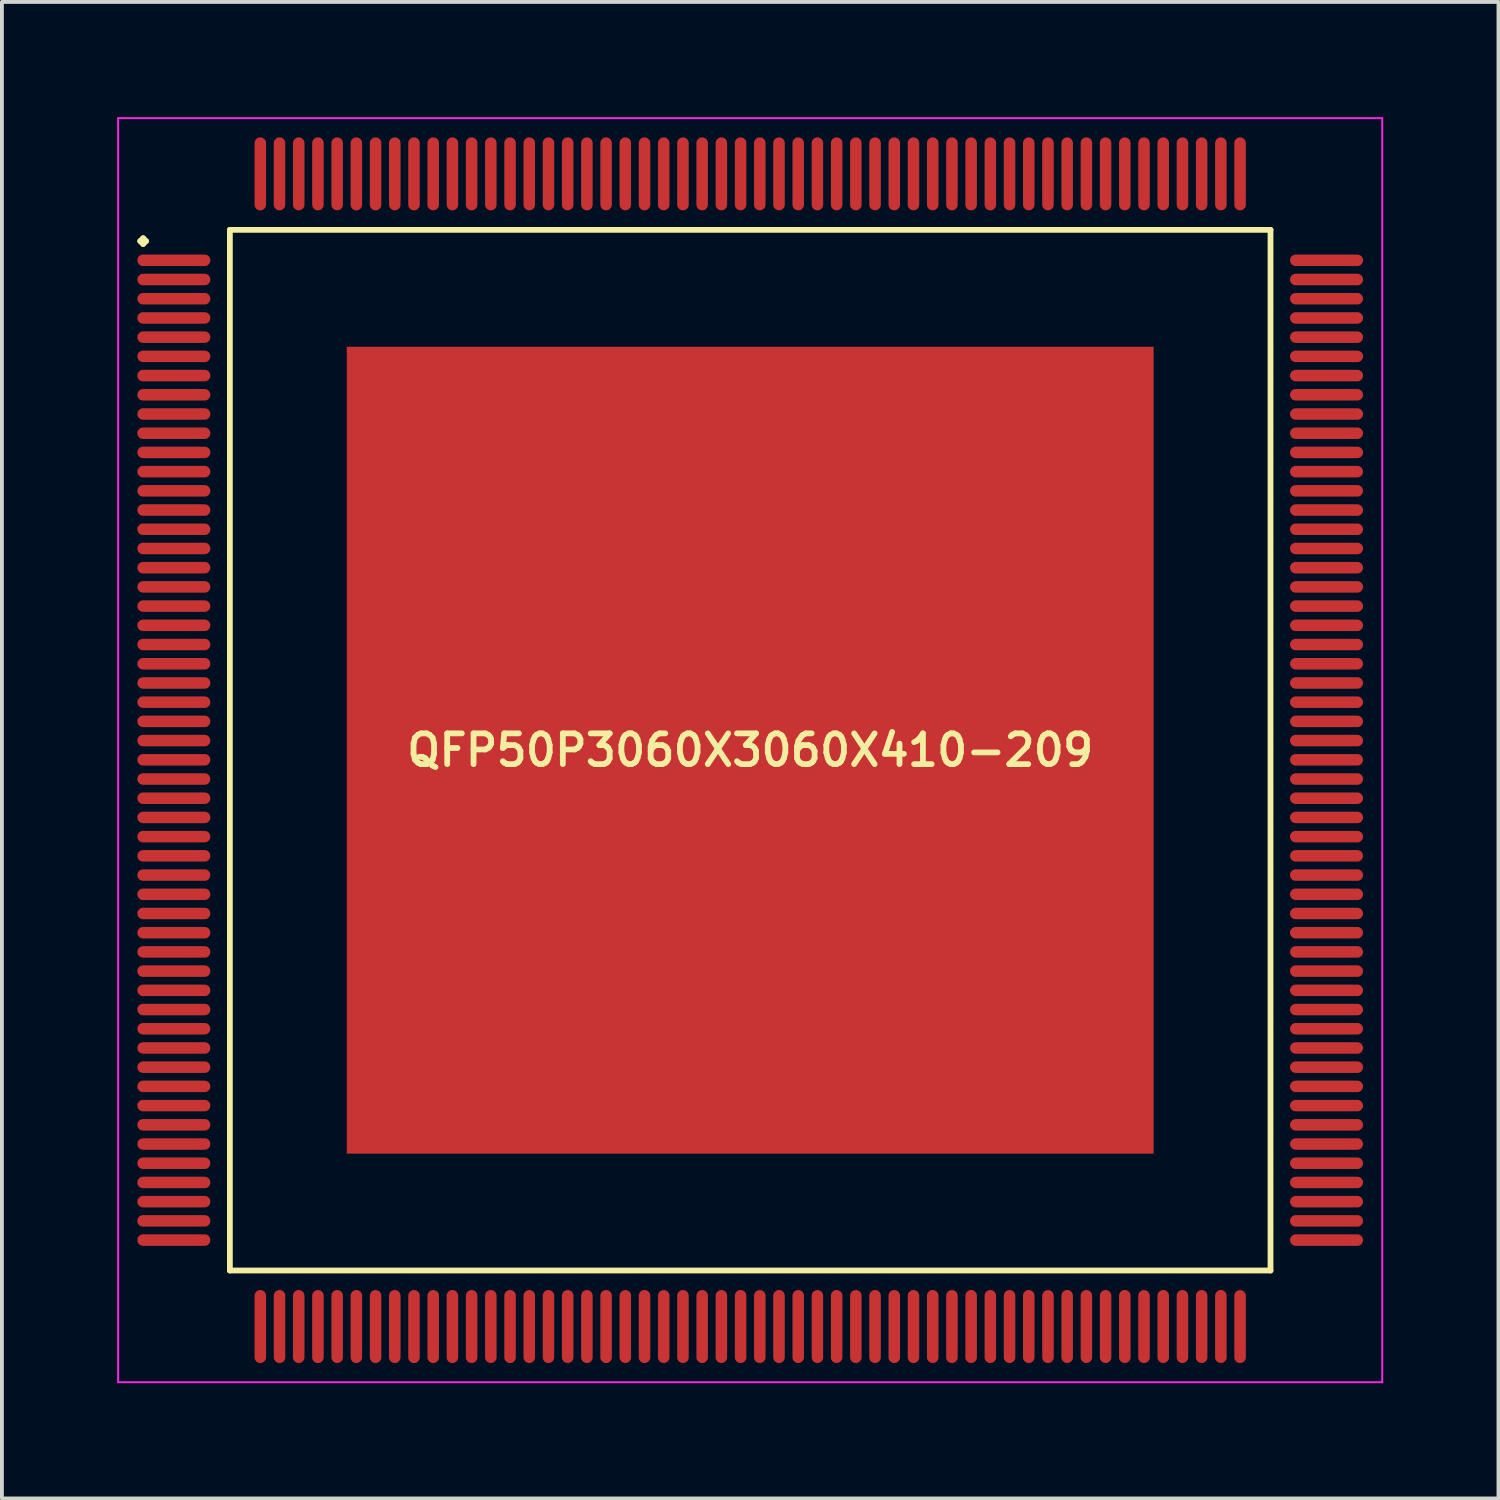
<source format=kicad_pcb>
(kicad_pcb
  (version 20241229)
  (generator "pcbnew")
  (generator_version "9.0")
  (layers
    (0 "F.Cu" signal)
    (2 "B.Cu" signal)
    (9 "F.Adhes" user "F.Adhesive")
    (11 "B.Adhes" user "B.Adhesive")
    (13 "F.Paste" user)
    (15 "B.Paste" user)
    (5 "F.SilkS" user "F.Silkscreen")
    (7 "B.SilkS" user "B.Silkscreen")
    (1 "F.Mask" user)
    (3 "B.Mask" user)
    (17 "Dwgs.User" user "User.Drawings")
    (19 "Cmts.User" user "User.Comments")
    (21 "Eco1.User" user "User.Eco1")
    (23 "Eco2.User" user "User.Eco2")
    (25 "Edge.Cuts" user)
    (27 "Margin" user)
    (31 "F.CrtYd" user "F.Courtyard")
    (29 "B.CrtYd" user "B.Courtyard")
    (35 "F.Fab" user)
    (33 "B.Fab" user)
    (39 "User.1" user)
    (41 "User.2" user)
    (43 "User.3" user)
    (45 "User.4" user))
  (footprint "QFP50P3060X3060X410-209"
    (layer "F.Cu")
    (at 16.475 16.475)
    (property "Reference" "QFP50P3060X3060X410-209" (at 0 0 0) (layer "F.SilkS") (effects (font (size 0.8 0.8) (thickness 0.15))))
    (attr smd)
    (fp_line (start -15.875 -13.25) (end -15.8 -13.325) (stroke (width 0.15) (type solid)) (layer "F.SilkS"))
    (fp_line (start -15.8 -13.325) (end -15.725 -13.25) (stroke (width 0.15) (type solid)) (layer "F.SilkS"))
    (fp_line (start -15.8 -13.175) (end -15.875 -13.25) (stroke (width 0.15) (type solid)) (layer "F.SilkS"))
    (fp_line (start -15.725 -13.25) (end -15.8 -13.175) (stroke (width 0.15) (type solid)) (layer "F.SilkS"))
    (fp_line (start -13.542 -13.542) (end -13.542 13.542) (stroke (width 0.15) (type solid)) (layer "F.SilkS"))
    (fp_line (start -13.542 13.542) (end 13.542 13.542) (stroke (width 0.15) (type solid)) (layer "F.SilkS"))
    (fp_line (start 13.542 -13.542) (end -13.542 -13.542) (stroke (width 0.15) (type solid)) (layer "F.SilkS"))
    (fp_line (start 13.542 13.542) (end 13.542 -13.542) (stroke (width 0.15) (type solid)) (layer "F.SilkS"))
    (fp_line (start -16.45 -16.45) (end 16.45 -16.45) (stroke (width 0.05) (type solid)) (layer "F.CrtYd"))
    (fp_line (start -16.45 16.45) (end -16.45 -16.45) (stroke (width 0.05) (type solid)) (layer "F.CrtYd"))
    (fp_line (start 16.45 -16.45) (end 16.45 16.45) (stroke (width 0.05) (type solid)) (layer "F.CrtYd"))
    (fp_line (start 16.45 16.45) (end -16.45 16.45) (stroke (width 0.05) (type solid)) (layer "F.CrtYd"))
    (pad "1" smd oval (at -15 -12.75) (size 1.9 0.3) (layers "F.Cu" "F.Mask" "F.Paste"))
    (pad "2" smd oval (at -15 -12.25) (size 1.9 0.3) (layers "F.Cu" "F.Mask" "F.Paste"))
    (pad "3" smd oval (at -15 -11.75) (size 1.9 0.3) (layers "F.Cu" "F.Mask" "F.Paste"))
    (pad "4" smd oval (at -15 -11.25) (size 1.9 0.3) (layers "F.Cu" "F.Mask" "F.Paste"))
    (pad "5" smd oval (at -15 -10.75) (size 1.9 0.3) (layers "F.Cu" "F.Mask" "F.Paste"))
    (pad "6" smd oval (at -15 -10.25) (size 1.9 0.3) (layers "F.Cu" "F.Mask" "F.Paste"))
    (pad "7" smd oval (at -15 -9.75) (size 1.9 0.3) (layers "F.Cu" "F.Mask" "F.Paste"))
    (pad "8" smd oval (at -15 -9.25) (size 1.9 0.3) (layers "F.Cu" "F.Mask" "F.Paste"))
    (pad "9" smd oval (at -15 -8.75) (size 1.9 0.3) (layers "F.Cu" "F.Mask" "F.Paste"))
    (pad "10" smd oval (at -15 -8.25) (size 1.9 0.3) (layers "F.Cu" "F.Mask" "F.Paste"))
    (pad "11" smd oval (at -15 -7.75) (size 1.9 0.3) (layers "F.Cu" "F.Mask" "F.Paste"))
    (pad "12" smd oval (at -15 -7.25) (size 1.9 0.3) (layers "F.Cu" "F.Mask" "F.Paste"))
    (pad "13" smd oval (at -15 -6.75) (size 1.9 0.3) (layers "F.Cu" "F.Mask" "F.Paste"))
    (pad "14" smd oval (at -15 -6.25) (size 1.9 0.3) (layers "F.Cu" "F.Mask" "F.Paste"))
    (pad "15" smd oval (at -15 -5.75) (size 1.9 0.3) (layers "F.Cu" "F.Mask" "F.Paste"))
    (pad "16" smd oval (at -15 -5.25) (size 1.9 0.3) (layers "F.Cu" "F.Mask" "F.Paste"))
    (pad "17" smd oval (at -15 -4.75) (size 1.9 0.3) (layers "F.Cu" "F.Mask" "F.Paste"))
    (pad "18" smd oval (at -15 -4.25) (size 1.9 0.3) (layers "F.Cu" "F.Mask" "F.Paste"))
    (pad "19" smd oval (at -15 -3.75) (size 1.9 0.3) (layers "F.Cu" "F.Mask" "F.Paste"))
    (pad "20" smd oval (at -15 -3.25) (size 1.9 0.3) (layers "F.Cu" "F.Mask" "F.Paste"))
    (pad "21" smd oval (at -15 -2.75) (size 1.9 0.3) (layers "F.Cu" "F.Mask" "F.Paste"))
    (pad "22" smd oval (at -15 -2.25) (size 1.9 0.3) (layers "F.Cu" "F.Mask" "F.Paste"))
    (pad "23" smd oval (at -15 -1.75) (size 1.9 0.3) (layers "F.Cu" "F.Mask" "F.Paste"))
    (pad "24" smd oval (at -15 -1.25) (size 1.9 0.3) (layers "F.Cu" "F.Mask" "F.Paste"))
    (pad "25" smd oval (at -15 -0.75) (size 1.9 0.3) (layers "F.Cu" "F.Mask" "F.Paste"))
    (pad "26" smd oval (at -15 -0.25) (size 1.9 0.3) (layers "F.Cu" "F.Mask" "F.Paste"))
    (pad "27" smd oval (at -15 0.25) (size 1.9 0.3) (layers "F.Cu" "F.Mask" "F.Paste"))
    (pad "28" smd oval (at -15 0.75) (size 1.9 0.3) (layers "F.Cu" "F.Mask" "F.Paste"))
    (pad "29" smd oval (at -15 1.25) (size 1.9 0.3) (layers "F.Cu" "F.Mask" "F.Paste"))
    (pad "30" smd oval (at -15 1.75) (size 1.9 0.3) (layers "F.Cu" "F.Mask" "F.Paste"))
    (pad "31" smd oval (at -15 2.25) (size 1.9 0.3) (layers "F.Cu" "F.Mask" "F.Paste"))
    (pad "32" smd oval (at -15 2.75) (size 1.9 0.3) (layers "F.Cu" "F.Mask" "F.Paste"))
    (pad "33" smd oval (at -15 3.25) (size 1.9 0.3) (layers "F.Cu" "F.Mask" "F.Paste"))
    (pad "34" smd oval (at -15 3.75) (size 1.9 0.3) (layers "F.Cu" "F.Mask" "F.Paste"))
    (pad "35" smd oval (at -15 4.25) (size 1.9 0.3) (layers "F.Cu" "F.Mask" "F.Paste"))
    (pad "36" smd oval (at -15 4.75) (size 1.9 0.3) (layers "F.Cu" "F.Mask" "F.Paste"))
    (pad "37" smd oval (at -15 5.25) (size 1.9 0.3) (layers "F.Cu" "F.Mask" "F.Paste"))
    (pad "38" smd oval (at -15 5.75) (size 1.9 0.3) (layers "F.Cu" "F.Mask" "F.Paste"))
    (pad "39" smd oval (at -15 6.25) (size 1.9 0.3) (layers "F.Cu" "F.Mask" "F.Paste"))
    (pad "40" smd oval (at -15 6.75) (size 1.9 0.3) (layers "F.Cu" "F.Mask" "F.Paste"))
    (pad "41" smd oval (at -15 7.25) (size 1.9 0.3) (layers "F.Cu" "F.Mask" "F.Paste"))
    (pad "42" smd oval (at -15 7.75) (size 1.9 0.3) (layers "F.Cu" "F.Mask" "F.Paste"))
    (pad "43" smd oval (at -15 8.25) (size 1.9 0.3) (layers "F.Cu" "F.Mask" "F.Paste"))
    (pad "44" smd oval (at -15 8.75) (size 1.9 0.3) (layers "F.Cu" "F.Mask" "F.Paste"))
    (pad "45" smd oval (at -15 9.25) (size 1.9 0.3) (layers "F.Cu" "F.Mask" "F.Paste"))
    (pad "46" smd oval (at -15 9.75) (size 1.9 0.3) (layers "F.Cu" "F.Mask" "F.Paste"))
    (pad "47" smd oval (at -15 10.25) (size 1.9 0.3) (layers "F.Cu" "F.Mask" "F.Paste"))
    (pad "48" smd oval (at -15 10.75) (size 1.9 0.3) (layers "F.Cu" "F.Mask" "F.Paste"))
    (pad "49" smd oval (at -15 11.25) (size 1.9 0.3) (layers "F.Cu" "F.Mask" "F.Paste"))
    (pad "50" smd oval (at -15 11.75) (size 1.9 0.3) (layers "F.Cu" "F.Mask" "F.Paste"))
    (pad "51" smd oval (at -15 12.25) (size 1.9 0.3) (layers "F.Cu" "F.Mask" "F.Paste"))
    (pad "52" smd oval (at -15 12.75) (size 1.9 0.3) (layers "F.Cu" "F.Mask" "F.Paste"))
    (pad "53" smd oval (at -12.75 15) (size 0.3 1.9) (layers "F.Cu" "F.Mask" "F.Paste"))
    (pad "54" smd oval (at -12.25 15) (size 0.3 1.9) (layers "F.Cu" "F.Mask" "F.Paste"))
    (pad "55" smd oval (at -11.75 15) (size 0.3 1.9) (layers "F.Cu" "F.Mask" "F.Paste"))
    (pad "56" smd oval (at -11.25 15) (size 0.3 1.9) (layers "F.Cu" "F.Mask" "F.Paste"))
    (pad "57" smd oval (at -10.75 15) (size 0.3 1.9) (layers "F.Cu" "F.Mask" "F.Paste"))
    (pad "58" smd oval (at -10.25 15) (size 0.3 1.9) (layers "F.Cu" "F.Mask" "F.Paste"))
    (pad "59" smd oval (at -9.75 15) (size 0.3 1.9) (layers "F.Cu" "F.Mask" "F.Paste"))
    (pad "60" smd oval (at -9.25 15) (size 0.3 1.9) (layers "F.Cu" "F.Mask" "F.Paste"))
    (pad "61" smd oval (at -8.75 15) (size 0.3 1.9) (layers "F.Cu" "F.Mask" "F.Paste"))
    (pad "62" smd oval (at -8.25 15) (size 0.3 1.9) (layers "F.Cu" "F.Mask" "F.Paste"))
    (pad "63" smd oval (at -7.75 15) (size 0.3 1.9) (layers "F.Cu" "F.Mask" "F.Paste"))
    (pad "64" smd oval (at -7.25 15) (size 0.3 1.9) (layers "F.Cu" "F.Mask" "F.Paste"))
    (pad "65" smd oval (at -6.75 15) (size 0.3 1.9) (layers "F.Cu" "F.Mask" "F.Paste"))
    (pad "66" smd oval (at -6.25 15) (size 0.3 1.9) (layers "F.Cu" "F.Mask" "F.Paste"))
    (pad "67" smd oval (at -5.75 15) (size 0.3 1.9) (layers "F.Cu" "F.Mask" "F.Paste"))
    (pad "68" smd oval (at -5.25 15) (size 0.3 1.9) (layers "F.Cu" "F.Mask" "F.Paste"))
    (pad "69" smd oval (at -4.75 15) (size 0.3 1.9) (layers "F.Cu" "F.Mask" "F.Paste"))
    (pad "70" smd oval (at -4.25 15) (size 0.3 1.9) (layers "F.Cu" "F.Mask" "F.Paste"))
    (pad "71" smd oval (at -3.75 15) (size 0.3 1.9) (layers "F.Cu" "F.Mask" "F.Paste"))
    (pad "72" smd oval (at -3.25 15) (size 0.3 1.9) (layers "F.Cu" "F.Mask" "F.Paste"))
    (pad "73" smd oval (at -2.75 15) (size 0.3 1.9) (layers "F.Cu" "F.Mask" "F.Paste"))
    (pad "74" smd oval (at -2.25 15) (size 0.3 1.9) (layers "F.Cu" "F.Mask" "F.Paste"))
    (pad "75" smd oval (at -1.75 15) (size 0.3 1.9) (layers "F.Cu" "F.Mask" "F.Paste"))
    (pad "76" smd oval (at -1.25 15) (size 0.3 1.9) (layers "F.Cu" "F.Mask" "F.Paste"))
    (pad "77" smd oval (at -0.75 15) (size 0.3 1.9) (layers "F.Cu" "F.Mask" "F.Paste"))
    (pad "78" smd oval (at -0.25 15) (size 0.3 1.9) (layers "F.Cu" "F.Mask" "F.Paste"))
    (pad "79" smd oval (at 0.25 15) (size 0.3 1.9) (layers "F.Cu" "F.Mask" "F.Paste"))
    (pad "80" smd oval (at 0.75 15) (size 0.3 1.9) (layers "F.Cu" "F.Mask" "F.Paste"))
    (pad "81" smd oval (at 1.25 15) (size 0.3 1.9) (layers "F.Cu" "F.Mask" "F.Paste"))
    (pad "82" smd oval (at 1.75 15) (size 0.3 1.9) (layers "F.Cu" "F.Mask" "F.Paste"))
    (pad "83" smd oval (at 2.25 15) (size 0.3 1.9) (layers "F.Cu" "F.Mask" "F.Paste"))
    (pad "84" smd oval (at 2.75 15) (size 0.3 1.9) (layers "F.Cu" "F.Mask" "F.Paste"))
    (pad "85" smd oval (at 3.25 15) (size 0.3 1.9) (layers "F.Cu" "F.Mask" "F.Paste"))
    (pad "86" smd oval (at 3.75 15) (size 0.3 1.9) (layers "F.Cu" "F.Mask" "F.Paste"))
    (pad "87" smd oval (at 4.25 15) (size 0.3 1.9) (layers "F.Cu" "F.Mask" "F.Paste"))
    (pad "88" smd oval (at 4.75 15) (size 0.3 1.9) (layers "F.Cu" "F.Mask" "F.Paste"))
    (pad "89" smd oval (at 5.25 15) (size 0.3 1.9) (layers "F.Cu" "F.Mask" "F.Paste"))
    (pad "90" smd oval (at 5.75 15) (size 0.3 1.9) (layers "F.Cu" "F.Mask" "F.Paste"))
    (pad "91" smd oval (at 6.25 15) (size 0.3 1.9) (layers "F.Cu" "F.Mask" "F.Paste"))
    (pad "92" smd oval (at 6.75 15) (size 0.3 1.9) (layers "F.Cu" "F.Mask" "F.Paste"))
    (pad "93" smd oval (at 7.25 15) (size 0.3 1.9) (layers "F.Cu" "F.Mask" "F.Paste"))
    (pad "94" smd oval (at 7.75 15) (size 0.3 1.9) (layers "F.Cu" "F.Mask" "F.Paste"))
    (pad "95" smd oval (at 8.25 15) (size 0.3 1.9) (layers "F.Cu" "F.Mask" "F.Paste"))
    (pad "96" smd oval (at 8.75 15) (size 0.3 1.9) (layers "F.Cu" "F.Mask" "F.Paste"))
    (pad "97" smd oval (at 9.25 15) (size 0.3 1.9) (layers "F.Cu" "F.Mask" "F.Paste"))
    (pad "98" smd oval (at 9.75 15) (size 0.3 1.9) (layers "F.Cu" "F.Mask" "F.Paste"))
    (pad "99" smd oval (at 10.25 15) (size 0.3 1.9) (layers "F.Cu" "F.Mask" "F.Paste"))
    (pad "100" smd oval (at 10.75 15) (size 0.3 1.9) (layers "F.Cu" "F.Mask" "F.Paste"))
    (pad "101" smd oval (at 11.25 15) (size 0.3 1.9) (layers "F.Cu" "F.Mask" "F.Paste"))
    (pad "102" smd oval (at 11.75 15) (size 0.3 1.9) (layers "F.Cu" "F.Mask" "F.Paste"))
    (pad "103" smd oval (at 12.25 15) (size 0.3 1.9) (layers "F.Cu" "F.Mask" "F.Paste"))
    (pad "104" smd oval (at 12.75 15) (size 0.3 1.9) (layers "F.Cu" "F.Mask" "F.Paste"))
    (pad "105" smd oval (at 15 12.75) (size 1.9 0.3) (layers "F.Cu" "F.Mask" "F.Paste"))
    (pad "106" smd oval (at 15 12.25) (size 1.9 0.3) (layers "F.Cu" "F.Mask" "F.Paste"))
    (pad "107" smd oval (at 15 11.75) (size 1.9 0.3) (layers "F.Cu" "F.Mask" "F.Paste"))
    (pad "108" smd oval (at 15 11.25) (size 1.9 0.3) (layers "F.Cu" "F.Mask" "F.Paste"))
    (pad "109" smd oval (at 15 10.75) (size 1.9 0.3) (layers "F.Cu" "F.Mask" "F.Paste"))
    (pad "110" smd oval (at 15 10.25) (size 1.9 0.3) (layers "F.Cu" "F.Mask" "F.Paste"))
    (pad "111" smd oval (at 15 9.75) (size 1.9 0.3) (layers "F.Cu" "F.Mask" "F.Paste"))
    (pad "112" smd oval (at 15 9.25) (size 1.9 0.3) (layers "F.Cu" "F.Mask" "F.Paste"))
    (pad "113" smd oval (at 15 8.75) (size 1.9 0.3) (layers "F.Cu" "F.Mask" "F.Paste"))
    (pad "114" smd oval (at 15 8.25) (size 1.9 0.3) (layers "F.Cu" "F.Mask" "F.Paste"))
    (pad "115" smd oval (at 15 7.75) (size 1.9 0.3) (layers "F.Cu" "F.Mask" "F.Paste"))
    (pad "116" smd oval (at 15 7.25) (size 1.9 0.3) (layers "F.Cu" "F.Mask" "F.Paste"))
    (pad "117" smd oval (at 15 6.75) (size 1.9 0.3) (layers "F.Cu" "F.Mask" "F.Paste"))
    (pad "118" smd oval (at 15 6.25) (size 1.9 0.3) (layers "F.Cu" "F.Mask" "F.Paste"))
    (pad "119" smd oval (at 15 5.75) (size 1.9 0.3) (layers "F.Cu" "F.Mask" "F.Paste"))
    (pad "120" smd oval (at 15 5.25) (size 1.9 0.3) (layers "F.Cu" "F.Mask" "F.Paste"))
    (pad "121" smd oval (at 15 4.75) (size 1.9 0.3) (layers "F.Cu" "F.Mask" "F.Paste"))
    (pad "122" smd oval (at 15 4.25) (size 1.9 0.3) (layers "F.Cu" "F.Mask" "F.Paste"))
    (pad "123" smd oval (at 15 3.75) (size 1.9 0.3) (layers "F.Cu" "F.Mask" "F.Paste"))
    (pad "124" smd oval (at 15 3.25) (size 1.9 0.3) (layers "F.Cu" "F.Mask" "F.Paste"))
    (pad "125" smd oval (at 15 2.75) (size 1.9 0.3) (layers "F.Cu" "F.Mask" "F.Paste"))
    (pad "126" smd oval (at 15 2.25) (size 1.9 0.3) (layers "F.Cu" "F.Mask" "F.Paste"))
    (pad "127" smd oval (at 15 1.75) (size 1.9 0.3) (layers "F.Cu" "F.Mask" "F.Paste"))
    (pad "128" smd oval (at 15 1.25) (size 1.9 0.3) (layers "F.Cu" "F.Mask" "F.Paste"))
    (pad "129" smd oval (at 15 0.75) (size 1.9 0.3) (layers "F.Cu" "F.Mask" "F.Paste"))
    (pad "130" smd oval (at 15 0.25) (size 1.9 0.3) (layers "F.Cu" "F.Mask" "F.Paste"))
    (pad "131" smd oval (at 15 -0.25) (size 1.9 0.3) (layers "F.Cu" "F.Mask" "F.Paste"))
    (pad "132" smd oval (at 15 -0.75) (size 1.9 0.3) (layers "F.Cu" "F.Mask" "F.Paste"))
    (pad "133" smd oval (at 15 -1.25) (size 1.9 0.3) (layers "F.Cu" "F.Mask" "F.Paste"))
    (pad "134" smd oval (at 15 -1.75) (size 1.9 0.3) (layers "F.Cu" "F.Mask" "F.Paste"))
    (pad "135" smd oval (at 15 -2.25) (size 1.9 0.3) (layers "F.Cu" "F.Mask" "F.Paste"))
    (pad "136" smd oval (at 15 -2.75) (size 1.9 0.3) (layers "F.Cu" "F.Mask" "F.Paste"))
    (pad "137" smd oval (at 15 -3.25) (size 1.9 0.3) (layers "F.Cu" "F.Mask" "F.Paste"))
    (pad "138" smd oval (at 15 -3.75) (size 1.9 0.3) (layers "F.Cu" "F.Mask" "F.Paste"))
    (pad "139" smd oval (at 15 -4.25) (size 1.9 0.3) (layers "F.Cu" "F.Mask" "F.Paste"))
    (pad "140" smd oval (at 15 -4.75) (size 1.9 0.3) (layers "F.Cu" "F.Mask" "F.Paste"))
    (pad "141" smd oval (at 15 -5.25) (size 1.9 0.3) (layers "F.Cu" "F.Mask" "F.Paste"))
    (pad "142" smd oval (at 15 -5.75) (size 1.9 0.3) (layers "F.Cu" "F.Mask" "F.Paste"))
    (pad "143" smd oval (at 15 -6.25) (size 1.9 0.3) (layers "F.Cu" "F.Mask" "F.Paste"))
    (pad "144" smd oval (at 15 -6.75) (size 1.9 0.3) (layers "F.Cu" "F.Mask" "F.Paste"))
    (pad "145" smd oval (at 15 -7.25) (size 1.9 0.3) (layers "F.Cu" "F.Mask" "F.Paste"))
    (pad "146" smd oval (at 15 -7.75) (size 1.9 0.3) (layers "F.Cu" "F.Mask" "F.Paste"))
    (pad "147" smd oval (at 15 -8.25) (size 1.9 0.3) (layers "F.Cu" "F.Mask" "F.Paste"))
    (pad "148" smd oval (at 15 -8.75) (size 1.9 0.3) (layers "F.Cu" "F.Mask" "F.Paste"))
    (pad "149" smd oval (at 15 -9.25) (size 1.9 0.3) (layers "F.Cu" "F.Mask" "F.Paste"))
    (pad "150" smd oval (at 15 -9.75) (size 1.9 0.3) (layers "F.Cu" "F.Mask" "F.Paste"))
    (pad "151" smd oval (at 15 -10.25) (size 1.9 0.3) (layers "F.Cu" "F.Mask" "F.Paste"))
    (pad "152" smd oval (at 15 -10.75) (size 1.9 0.3) (layers "F.Cu" "F.Mask" "F.Paste"))
    (pad "153" smd oval (at 15 -11.25) (size 1.9 0.3) (layers "F.Cu" "F.Mask" "F.Paste"))
    (pad "154" smd oval (at 15 -11.75) (size 1.9 0.3) (layers "F.Cu" "F.Mask" "F.Paste"))
    (pad "155" smd oval (at 15 -12.25) (size 1.9 0.3) (layers "F.Cu" "F.Mask" "F.Paste"))
    (pad "156" smd oval (at 15 -12.75) (size 1.9 0.3) (layers "F.Cu" "F.Mask" "F.Paste"))
    (pad "157" smd oval (at 12.75 -15) (size 0.3 1.9) (layers "F.Cu" "F.Mask" "F.Paste"))
    (pad "158" smd oval (at 12.25 -15) (size 0.3 1.9) (layers "F.Cu" "F.Mask" "F.Paste"))
    (pad "159" smd oval (at 11.75 -15) (size 0.3 1.9) (layers "F.Cu" "F.Mask" "F.Paste"))
    (pad "160" smd oval (at 11.25 -15) (size 0.3 1.9) (layers "F.Cu" "F.Mask" "F.Paste"))
    (pad "161" smd oval (at 10.75 -15) (size 0.3 1.9) (layers "F.Cu" "F.Mask" "F.Paste"))
    (pad "162" smd oval (at 10.25 -15) (size 0.3 1.9) (layers "F.Cu" "F.Mask" "F.Paste"))
    (pad "163" smd oval (at 9.75 -15) (size 0.3 1.9) (layers "F.Cu" "F.Mask" "F.Paste"))
    (pad "164" smd oval (at 9.25 -15) (size 0.3 1.9) (layers "F.Cu" "F.Mask" "F.Paste"))
    (pad "165" smd oval (at 8.75 -15) (size 0.3 1.9) (layers "F.Cu" "F.Mask" "F.Paste"))
    (pad "166" smd oval (at 8.25 -15) (size 0.3 1.9) (layers "F.Cu" "F.Mask" "F.Paste"))
    (pad "167" smd oval (at 7.75 -15) (size 0.3 1.9) (layers "F.Cu" "F.Mask" "F.Paste"))
    (pad "168" smd oval (at 7.25 -15) (size 0.3 1.9) (layers "F.Cu" "F.Mask" "F.Paste"))
    (pad "169" smd oval (at 6.75 -15) (size 0.3 1.9) (layers "F.Cu" "F.Mask" "F.Paste"))
    (pad "170" smd oval (at 6.25 -15) (size 0.3 1.9) (layers "F.Cu" "F.Mask" "F.Paste"))
    (pad "171" smd oval (at 5.75 -15) (size 0.3 1.9) (layers "F.Cu" "F.Mask" "F.Paste"))
    (pad "172" smd oval (at 5.25 -15) (size 0.3 1.9) (layers "F.Cu" "F.Mask" "F.Paste"))
    (pad "173" smd oval (at 4.75 -15) (size 0.3 1.9) (layers "F.Cu" "F.Mask" "F.Paste"))
    (pad "174" smd oval (at 4.25 -15) (size 0.3 1.9) (layers "F.Cu" "F.Mask" "F.Paste"))
    (pad "175" smd oval (at 3.75 -15) (size 0.3 1.9) (layers "F.Cu" "F.Mask" "F.Paste"))
    (pad "176" smd oval (at 3.25 -15) (size 0.3 1.9) (layers "F.Cu" "F.Mask" "F.Paste"))
    (pad "177" smd oval (at 2.75 -15) (size 0.3 1.9) (layers "F.Cu" "F.Mask" "F.Paste"))
    (pad "178" smd oval (at 2.25 -15) (size 0.3 1.9) (layers "F.Cu" "F.Mask" "F.Paste"))
    (pad "179" smd oval (at 1.75 -15) (size 0.3 1.9) (layers "F.Cu" "F.Mask" "F.Paste"))
    (pad "180" smd oval (at 1.25 -15) (size 0.3 1.9) (layers "F.Cu" "F.Mask" "F.Paste"))
    (pad "181" smd oval (at 0.75 -15) (size 0.3 1.9) (layers "F.Cu" "F.Mask" "F.Paste"))
    (pad "182" smd oval (at 0.25 -15) (size 0.3 1.9) (layers "F.Cu" "F.Mask" "F.Paste"))
    (pad "183" smd oval (at -0.25 -15) (size 0.3 1.9) (layers "F.Cu" "F.Mask" "F.Paste"))
    (pad "184" smd oval (at -0.75 -15) (size 0.3 1.9) (layers "F.Cu" "F.Mask" "F.Paste"))
    (pad "185" smd oval (at -1.25 -15) (size 0.3 1.9) (layers "F.Cu" "F.Mask" "F.Paste"))
    (pad "186" smd oval (at -1.75 -15) (size 0.3 1.9) (layers "F.Cu" "F.Mask" "F.Paste"))
    (pad "187" smd oval (at -2.25 -15) (size 0.3 1.9) (layers "F.Cu" "F.Mask" "F.Paste"))
    (pad "188" smd oval (at -2.75 -15) (size 0.3 1.9) (layers "F.Cu" "F.Mask" "F.Paste"))
    (pad "189" smd oval (at -3.25 -15) (size 0.3 1.9) (layers "F.Cu" "F.Mask" "F.Paste"))
    (pad "190" smd oval (at -3.75 -15) (size 0.3 1.9) (layers "F.Cu" "F.Mask" "F.Paste"))
    (pad "191" smd oval (at -4.25 -15) (size 0.3 1.9) (layers "F.Cu" "F.Mask" "F.Paste"))
    (pad "192" smd oval (at -4.75 -15) (size 0.3 1.9) (layers "F.Cu" "F.Mask" "F.Paste"))
    (pad "193" smd oval (at -5.25 -15) (size 0.3 1.9) (layers "F.Cu" "F.Mask" "F.Paste"))
    (pad "194" smd oval (at -5.75 -15) (size 0.3 1.9) (layers "F.Cu" "F.Mask" "F.Paste"))
    (pad "195" smd oval (at -6.25 -15) (size 0.3 1.9) (layers "F.Cu" "F.Mask" "F.Paste"))
    (pad "196" smd oval (at -6.75 -15) (size 0.3 1.9) (layers "F.Cu" "F.Mask" "F.Paste"))
    (pad "197" smd oval (at -7.25 -15) (size 0.3 1.9) (layers "F.Cu" "F.Mask" "F.Paste"))
    (pad "198" smd oval (at -7.75 -15) (size 0.3 1.9) (layers "F.Cu" "F.Mask" "F.Paste"))
    (pad "199" smd oval (at -8.25 -15) (size 0.3 1.9) (layers "F.Cu" "F.Mask" "F.Paste"))
    (pad "200" smd oval (at -8.75 -15) (size 0.3 1.9) (layers "F.Cu" "F.Mask" "F.Paste"))
    (pad "201" smd oval (at -9.25 -15) (size 0.3 1.9) (layers "F.Cu" "F.Mask" "F.Paste"))
    (pad "202" smd oval (at -9.75 -15) (size 0.3 1.9) (layers "F.Cu" "F.Mask" "F.Paste"))
    (pad "203" smd oval (at -10.25 -15) (size 0.3 1.9) (layers "F.Cu" "F.Mask" "F.Paste"))
    (pad "204" smd oval (at -10.75 -15) (size 0.3 1.9) (layers "F.Cu" "F.Mask" "F.Paste"))
    (pad "205" smd oval (at -11.25 -15) (size 0.3 1.9) (layers "F.Cu" "F.Mask" "F.Paste"))
    (pad "206" smd oval (at -11.75 -15) (size 0.3 1.9) (layers "F.Cu" "F.Mask" "F.Paste"))
    (pad "207" smd oval (at -12.25 -15) (size 0.3 1.9) (layers "F.Cu" "F.Mask" "F.Paste"))
    (pad "208" smd oval (at -12.75 -15) (size 0.3 1.9) (layers "F.Cu" "F.Mask" "F.Paste"))
    (pad "209" smd rect (at 0 0) (size 21 21) (layers "F.Cu" "F.Mask" "F.Paste")))
  (gr_rect
    (start -3 -3)
    (end 35.95 35.95)
    (stroke (width 0.1) (type default))
    (fill no)
    (layer "Edge.Cuts")))
</source>
